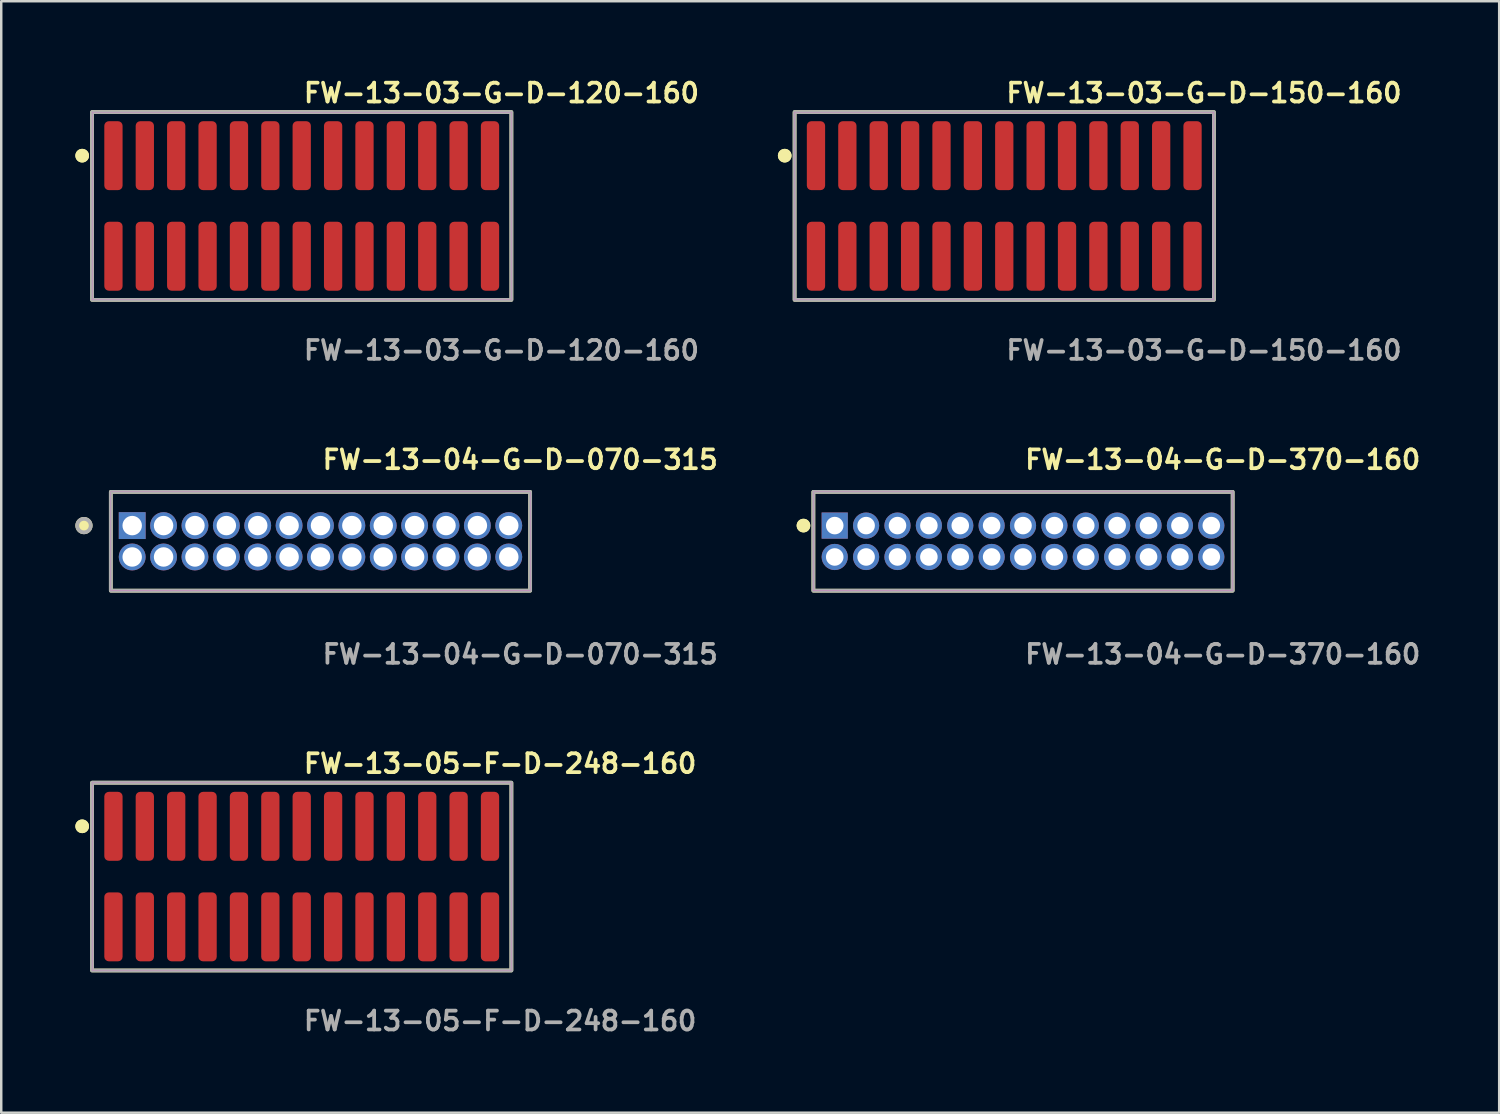
<source format=kicad_pcb>
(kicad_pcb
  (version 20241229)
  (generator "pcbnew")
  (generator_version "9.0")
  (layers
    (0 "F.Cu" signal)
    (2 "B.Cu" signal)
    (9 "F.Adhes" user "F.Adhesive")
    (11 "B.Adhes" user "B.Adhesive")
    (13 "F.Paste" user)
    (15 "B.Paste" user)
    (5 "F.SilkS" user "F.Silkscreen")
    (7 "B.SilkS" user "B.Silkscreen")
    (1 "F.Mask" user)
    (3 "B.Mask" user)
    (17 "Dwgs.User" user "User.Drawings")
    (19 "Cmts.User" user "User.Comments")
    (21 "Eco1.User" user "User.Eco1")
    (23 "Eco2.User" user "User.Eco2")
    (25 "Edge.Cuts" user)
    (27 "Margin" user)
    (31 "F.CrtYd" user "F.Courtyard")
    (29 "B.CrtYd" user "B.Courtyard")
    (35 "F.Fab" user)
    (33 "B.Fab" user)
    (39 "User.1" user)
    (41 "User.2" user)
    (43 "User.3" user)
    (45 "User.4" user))
  (footprint "FW-13-04-G-D-370-160"
    (layer "F.Cu")
    (at 38.352 18.856)
    (property "Reference" "FW-13-04-G-D-370-160" (at 0 -3.302 0) (unlocked yes) (layer "F.SilkS") (effects (font (size 0.762 0.762) (thickness 0.152)) (justify left)))
    (fp_rect (start -8.485 2) (end 8.485 -2) (stroke (width 0.152) (type solid)) (fill no) (layer "F.SilkS"))
    (fp_circle (center -8.885 -0.635) (end -9.085 -0.635) (stroke (width 0.152) (type solid)) (fill yes) (layer "F.SilkS"))
    (fp_circle (center -8.885 -0.635) (end -9.085 -0.635) (stroke (width 0.152) (type solid)) (fill yes) (layer "F.SilkS"))
    (fp_rect (start -8.485 2) (end 8.485 -2) (stroke (width 0.006) (type solid)) (fill no) (layer "F.CrtYd"))
    (fp_rect (start -8.485 2) (end 8.485 -2) (stroke (width 0.152) (type solid)) (fill no) (layer "F.Fab"))
    (fp_text user "${REFERENCE}" (at 0 4.572 0) (unlocked yes) (layer "F.Fab") (effects (font (size 0.762 0.762) (thickness 0.152)) (justify left)))
    (pad "1" thru_hole rect (at -7.62 -0.635) (size 1.06 1.06) (drill 0.71) (layers "*.Cu" "*.Mask"))
    (pad "2" thru_hole circle (at -7.62 0.635) (size 1.06 1.06) (drill 0.71) (layers "*.Cu" "*.Mask"))
    (pad "3" thru_hole circle (at -6.35 -0.635) (size 1.06 1.06) (drill 0.71) (layers "*.Cu" "*.Mask"))
    (pad "4" thru_hole circle (at -6.35 0.635) (size 1.06 1.06) (drill 0.71) (layers "*.Cu" "*.Mask"))
    (pad "5" thru_hole circle (at -5.08 -0.635) (size 1.06 1.06) (drill 0.71) (layers "*.Cu" "*.Mask"))
    (pad "6" thru_hole circle (at -5.08 0.635) (size 1.06 1.06) (drill 0.71) (layers "*.Cu" "*.Mask"))
    (pad "7" thru_hole circle (at -3.81 -0.635) (size 1.06 1.06) (drill 0.71) (layers "*.Cu" "*.Mask"))
    (pad "8" thru_hole circle (at -3.81 0.635) (size 1.06 1.06) (drill 0.71) (layers "*.Cu" "*.Mask"))
    (pad "9" thru_hole circle (at -2.54 -0.635) (size 1.06 1.06) (drill 0.71) (layers "*.Cu" "*.Mask"))
    (pad "10" thru_hole circle (at -2.54 0.635) (size 1.06 1.06) (drill 0.71) (layers "*.Cu" "*.Mask"))
    (pad "11" thru_hole circle (at -1.27 -0.635) (size 1.06 1.06) (drill 0.71) (layers "*.Cu" "*.Mask"))
    (pad "12" thru_hole circle (at -1.27 0.635) (size 1.06 1.06) (drill 0.71) (layers "*.Cu" "*.Mask"))
    (pad "13" thru_hole circle (at 0 -0.635) (size 1.06 1.06) (drill 0.71) (layers "*.Cu" "*.Mask"))
    (pad "14" thru_hole circle (at 0 0.635) (size 1.06 1.06) (drill 0.71) (layers "*.Cu" "*.Mask"))
    (pad "15" thru_hole circle (at 1.27 -0.635) (size 1.06 1.06) (drill 0.71) (layers "*.Cu" "*.Mask"))
    (pad "16" thru_hole circle (at 1.27 0.635) (size 1.06 1.06) (drill 0.71) (layers "*.Cu" "*.Mask"))
    (pad "17" thru_hole circle (at 2.54 -0.635) (size 1.06 1.06) (drill 0.71) (layers "*.Cu" "*.Mask"))
    (pad "18" thru_hole circle (at 2.54 0.635) (size 1.06 1.06) (drill 0.71) (layers "*.Cu" "*.Mask"))
    (pad "19" thru_hole circle (at 3.81 -0.635) (size 1.06 1.06) (drill 0.71) (layers "*.Cu" "*.Mask"))
    (pad "20" thru_hole circle (at 3.81 0.635) (size 1.06 1.06) (drill 0.71) (layers "*.Cu" "*.Mask"))
    (pad "21" thru_hole circle (at 5.08 -0.635) (size 1.06 1.06) (drill 0.71) (layers "*.Cu" "*.Mask"))
    (pad "22" thru_hole circle (at 5.08 0.635) (size 1.06 1.06) (drill 0.71) (layers "*.Cu" "*.Mask"))
    (pad "23" thru_hole circle (at 6.35 -0.635) (size 1.06 1.06) (drill 0.71) (layers "*.Cu" "*.Mask"))
    (pad "24" thru_hole circle (at 6.35 0.635) (size 1.06 1.06) (drill 0.71) (layers "*.Cu" "*.Mask"))
    (pad "25" thru_hole circle (at 7.62 -0.635) (size 1.06 1.06) (drill 0.71) (layers "*.Cu" "*.Mask"))
    (pad "26" thru_hole circle (at 7.62 0.635) (size 1.06 1.06) (drill 0.71) (layers "*.Cu" "*.Mask")))
  (footprint "FW-13-03-G-D-150-160"
    (layer "F.Cu")
    (at 37.593 5.285)
    (property "Reference" "FW-13-03-G-D-150-160" (at 0 -4.572 0) (unlocked yes) (layer "F.SilkS") (effects (font (size 0.762 0.762) (thickness 0.152)) (justify left)))
    (fp_rect (start -8.485 3.8) (end 8.485 -3.8) (stroke (width 0.152) (type solid)) (fill no) (layer "F.SilkS"))
    (fp_circle (center -8.885 -2.035) (end -9.085 -2.035) (stroke (width 0.152) (type solid)) (fill yes) (layer "F.SilkS"))
    (fp_circle (center -8.885 -2.035) (end -9.085 -2.035) (stroke (width 0.152) (type solid)) (fill yes) (layer "F.SilkS"))
    (fp_rect (start -8.485 3.8) (end 8.485 -3.8) (stroke (width 0.006) (type solid)) (fill no) (layer "F.CrtYd"))
    (fp_rect (start -8.485 3.8) (end 8.485 -3.8) (stroke (width 0.152) (type solid)) (fill no) (layer "F.Fab"))
    (fp_text user "${REFERENCE}" (at 0 5.842 0) (unlocked yes) (layer "F.Fab") (effects (font (size 0.762 0.762) (thickness 0.152)) (justify left)))
    (pad "1" smd roundrect (at -7.62 -2.035) (size 0.74 2.79) (layers "F.Cu" "F.Paste") (roundrect_rratio 0.25))
    (pad "2" smd roundrect (at -7.62 2.035) (size 0.74 2.79) (layers "F.Cu" "F.Paste") (roundrect_rratio 0.25))
    (pad "3" smd roundrect (at -6.35 -2.035) (size 0.74 2.79) (layers "F.Cu" "F.Paste") (roundrect_rratio 0.25))
    (pad "4" smd roundrect (at -6.35 2.035) (size 0.74 2.79) (layers "F.Cu" "F.Paste") (roundrect_rratio 0.25))
    (pad "5" smd roundrect (at -5.08 -2.035) (size 0.74 2.79) (layers "F.Cu" "F.Paste") (roundrect_rratio 0.25))
    (pad "6" smd roundrect (at -5.08 2.035) (size 0.74 2.79) (layers "F.Cu" "F.Paste") (roundrect_rratio 0.25))
    (pad "7" smd roundrect (at -3.81 -2.035) (size 0.74 2.79) (layers "F.Cu" "F.Paste") (roundrect_rratio 0.25))
    (pad "8" smd roundrect (at -3.81 2.035) (size 0.74 2.79) (layers "F.Cu" "F.Paste") (roundrect_rratio 0.25))
    (pad "9" smd roundrect (at -2.54 -2.035) (size 0.74 2.79) (layers "F.Cu" "F.Paste") (roundrect_rratio 0.25))
    (pad "10" smd roundrect (at -2.54 2.035) (size 0.74 2.79) (layers "F.Cu" "F.Paste") (roundrect_rratio 0.25))
    (pad "11" smd roundrect (at -1.27 -2.035) (size 0.74 2.79) (layers "F.Cu" "F.Paste") (roundrect_rratio 0.25))
    (pad "12" smd roundrect (at -1.27 2.035) (size 0.74 2.79) (layers "F.Cu" "F.Paste") (roundrect_rratio 0.25))
    (pad "13" smd roundrect (at 0 -2.035) (size 0.74 2.79) (layers "F.Cu" "F.Paste") (roundrect_rratio 0.25))
    (pad "14" smd roundrect (at 0 2.035) (size 0.74 2.79) (layers "F.Cu" "F.Paste") (roundrect_rratio 0.25))
    (pad "15" smd roundrect (at 1.27 -2.035) (size 0.74 2.79) (layers "F.Cu" "F.Paste") (roundrect_rratio 0.25))
    (pad "16" smd roundrect (at 1.27 2.035) (size 0.74 2.79) (layers "F.Cu" "F.Paste") (roundrect_rratio 0.25))
    (pad "17" smd roundrect (at 2.54 -2.035) (size 0.74 2.79) (layers "F.Cu" "F.Paste") (roundrect_rratio 0.25))
    (pad "18" smd roundrect (at 2.54 2.035) (size 0.74 2.79) (layers "F.Cu" "F.Paste") (roundrect_rratio 0.25))
    (pad "19" smd roundrect (at 3.81 -2.035) (size 0.74 2.79) (layers "F.Cu" "F.Paste") (roundrect_rratio 0.25))
    (pad "20" smd roundrect (at 3.81 2.035) (size 0.74 2.79) (layers "F.Cu" "F.Paste") (roundrect_rratio 0.25))
    (pad "21" smd roundrect (at 5.08 -2.035) (size 0.74 2.79) (layers "F.Cu" "F.Paste") (roundrect_rratio 0.25))
    (pad "22" smd roundrect (at 5.08 2.035) (size 0.74 2.79) (layers "F.Cu" "F.Paste") (roundrect_rratio 0.25))
    (pad "23" smd roundrect (at 6.35 -2.035) (size 0.74 2.79) (layers "F.Cu" "F.Paste") (roundrect_rratio 0.25))
    (pad "24" smd roundrect (at 6.35 2.035) (size 0.74 2.79) (layers "F.Cu" "F.Paste") (roundrect_rratio 0.25))
    (pad "25" smd roundrect (at 7.62 -2.035) (size 0.74 2.79) (layers "F.Cu" "F.Paste") (roundrect_rratio 0.25))
    (pad "26" smd roundrect (at 7.62 2.035) (size 0.74 2.79) (layers "F.Cu" "F.Paste") (roundrect_rratio 0.25)))
  (footprint "FW-13-04-G-D-070-315"
    (layer "F.Cu")
    (at 9.92 18.856)
    (property "Reference" "FW-13-04-G-D-070-315" (at 0 -3.302 0) (unlocked yes) (layer "F.SilkS") (effects (font (size 0.762 0.762) (thickness 0.152)) (justify left)))
    (fp_rect (start -8.485 2) (end 8.485 -2) (stroke (width 0.152) (type solid)) (fill no) (layer "F.SilkS"))
    (fp_circle (center -9.572 -0.635) (end -9.844 -0.635) (stroke (width 0.152) (type solid)) (fill yes) (layer "F.SilkS"))
    (fp_rect (start -8.485 2) (end 8.485 -2) (stroke (width 0.006) (type solid)) (fill no) (layer "F.CrtYd"))
    (fp_rect (start -8.485 2) (end 8.485 -2) (stroke (width 0.152) (type solid)) (fill no) (layer "F.Fab"))
    (fp_circle (center -9.572 -0.635) (end -9.844 -0.635) (stroke (width 0.152) (type solid)) (fill no) (layer "F.Fab"))
    (fp_text user "${REFERENCE}" (at 0 4.572 0) (unlocked yes) (layer "F.Fab") (effects (font (size 0.762 0.762) (thickness 0.152)) (justify left)))
    (pad "1" thru_hole rect (at -7.62 -0.635) (size 1.087 1.087) (drill 0.787) (layers "*.Cu" "*.Mask"))
    (pad "2" thru_hole circle (at -7.62 0.635) (size 1.087 1.087) (drill 0.787) (layers "*.Cu" "*.Mask"))
    (pad "3" thru_hole circle (at -6.35 -0.635) (size 1.087 1.087) (drill 0.787) (layers "*.Cu" "*.Mask"))
    (pad "4" thru_hole circle (at -6.35 0.635) (size 1.087 1.087) (drill 0.787) (layers "*.Cu" "*.Mask"))
    (pad "5" thru_hole circle (at -5.08 -0.635) (size 1.087 1.087) (drill 0.787) (layers "*.Cu" "*.Mask"))
    (pad "6" thru_hole circle (at -5.08 0.635) (size 1.087 1.087) (drill 0.787) (layers "*.Cu" "*.Mask"))
    (pad "7" thru_hole circle (at -3.81 -0.635) (size 1.087 1.087) (drill 0.787) (layers "*.Cu" "*.Mask"))
    (pad "8" thru_hole circle (at -3.81 0.635) (size 1.087 1.087) (drill 0.787) (layers "*.Cu" "*.Mask"))
    (pad "9" thru_hole circle (at -2.54 -0.635) (size 1.087 1.087) (drill 0.787) (layers "*.Cu" "*.Mask"))
    (pad "10" thru_hole circle (at -2.54 0.635) (size 1.087 1.087) (drill 0.787) (layers "*.Cu" "*.Mask"))
    (pad "11" thru_hole circle (at -1.27 -0.635) (size 1.087 1.087) (drill 0.787) (layers "*.Cu" "*.Mask"))
    (pad "12" thru_hole circle (at -1.27 0.635) (size 1.087 1.087) (drill 0.787) (layers "*.Cu" "*.Mask"))
    (pad "13" thru_hole circle (at 0 -0.635) (size 1.087 1.087) (drill 0.787) (layers "*.Cu" "*.Mask"))
    (pad "14" thru_hole circle (at 0 0.635) (size 1.087 1.087) (drill 0.787) (layers "*.Cu" "*.Mask"))
    (pad "15" thru_hole circle (at 1.27 -0.635) (size 1.087 1.087) (drill 0.787) (layers "*.Cu" "*.Mask"))
    (pad "16" thru_hole circle (at 1.27 0.635) (size 1.087 1.087) (drill 0.787) (layers "*.Cu" "*.Mask"))
    (pad "17" thru_hole circle (at 2.54 -0.635) (size 1.087 1.087) (drill 0.787) (layers "*.Cu" "*.Mask"))
    (pad "18" thru_hole circle (at 2.54 0.635) (size 1.087 1.087) (drill 0.787) (layers "*.Cu" "*.Mask"))
    (pad "19" thru_hole circle (at 3.81 -0.635) (size 1.087 1.087) (drill 0.787) (layers "*.Cu" "*.Mask"))
    (pad "20" thru_hole circle (at 3.81 0.635) (size 1.087 1.087) (drill 0.787) (layers "*.Cu" "*.Mask"))
    (pad "21" thru_hole circle (at 5.08 -0.635) (size 1.087 1.087) (drill 0.787) (layers "*.Cu" "*.Mask"))
    (pad "22" thru_hole circle (at 5.08 0.635) (size 1.087 1.087) (drill 0.787) (layers "*.Cu" "*.Mask"))
    (pad "23" thru_hole circle (at 6.35 -0.635) (size 1.087 1.087) (drill 0.787) (layers "*.Cu" "*.Mask"))
    (pad "24" thru_hole circle (at 6.35 0.635) (size 1.087 1.087) (drill 0.787) (layers "*.Cu" "*.Mask"))
    (pad "25" thru_hole circle (at 7.62 -0.635) (size 1.087 1.087) (drill 0.787) (layers "*.Cu" "*.Mask"))
    (pad "26" thru_hole circle (at 7.62 0.635) (size 1.087 1.087) (drill 0.787) (layers "*.Cu" "*.Mask")))
  (footprint "FW-13-03-G-D-120-160"
    (layer "F.Cu")
    (at 9.161 5.285)
    (property "Reference" "FW-13-03-G-D-120-160" (at 0 -4.572 0) (unlocked yes) (layer "F.SilkS") (effects (font (size 0.762 0.762) (thickness 0.152)) (justify left)))
    (fp_rect (start -8.485 3.8) (end 8.485 -3.8) (stroke (width 0.152) (type solid)) (fill no) (layer "F.SilkS"))
    (fp_circle (center -8.885 -2.035) (end -9.085 -2.035) (stroke (width 0.152) (type solid)) (fill yes) (layer "F.SilkS"))
    (fp_circle (center -8.885 -2.035) (end -9.085 -2.035) (stroke (width 0.152) (type solid)) (fill yes) (layer "F.SilkS"))
    (fp_rect (start -8.485 3.8) (end 8.485 -3.8) (stroke (width 0.006) (type solid)) (fill no) (layer "F.CrtYd"))
    (fp_rect (start -8.485 3.8) (end 8.485 -3.8) (stroke (width 0.152) (type solid)) (fill no) (layer "F.Fab"))
    (fp_text user "${REFERENCE}" (at 0 5.842 0) (unlocked yes) (layer "F.Fab") (effects (font (size 0.762 0.762) (thickness 0.152)) (justify left)))
    (pad "1" smd roundrect (at -7.62 -2.035) (size 0.74 2.79) (layers "F.Cu" "F.Paste") (roundrect_rratio 0.25))
    (pad "2" smd roundrect (at -7.62 2.035) (size 0.74 2.79) (layers "F.Cu" "F.Paste") (roundrect_rratio 0.25))
    (pad "3" smd roundrect (at -6.35 -2.035) (size 0.74 2.79) (layers "F.Cu" "F.Paste") (roundrect_rratio 0.25))
    (pad "4" smd roundrect (at -6.35 2.035) (size 0.74 2.79) (layers "F.Cu" "F.Paste") (roundrect_rratio 0.25))
    (pad "5" smd roundrect (at -5.08 -2.035) (size 0.74 2.79) (layers "F.Cu" "F.Paste") (roundrect_rratio 0.25))
    (pad "6" smd roundrect (at -5.08 2.035) (size 0.74 2.79) (layers "F.Cu" "F.Paste") (roundrect_rratio 0.25))
    (pad "7" smd roundrect (at -3.81 -2.035) (size 0.74 2.79) (layers "F.Cu" "F.Paste") (roundrect_rratio 0.25))
    (pad "8" smd roundrect (at -3.81 2.035) (size 0.74 2.79) (layers "F.Cu" "F.Paste") (roundrect_rratio 0.25))
    (pad "9" smd roundrect (at -2.54 -2.035) (size 0.74 2.79) (layers "F.Cu" "F.Paste") (roundrect_rratio 0.25))
    (pad "10" smd roundrect (at -2.54 2.035) (size 0.74 2.79) (layers "F.Cu" "F.Paste") (roundrect_rratio 0.25))
    (pad "11" smd roundrect (at -1.27 -2.035) (size 0.74 2.79) (layers "F.Cu" "F.Paste") (roundrect_rratio 0.25))
    (pad "12" smd roundrect (at -1.27 2.035) (size 0.74 2.79) (layers "F.Cu" "F.Paste") (roundrect_rratio 0.25))
    (pad "13" smd roundrect (at 0 -2.035) (size 0.74 2.79) (layers "F.Cu" "F.Paste") (roundrect_rratio 0.25))
    (pad "14" smd roundrect (at 0 2.035) (size 0.74 2.79) (layers "F.Cu" "F.Paste") (roundrect_rratio 0.25))
    (pad "15" smd roundrect (at 1.27 -2.035) (size 0.74 2.79) (layers "F.Cu" "F.Paste") (roundrect_rratio 0.25))
    (pad "16" smd roundrect (at 1.27 2.035) (size 0.74 2.79) (layers "F.Cu" "F.Paste") (roundrect_rratio 0.25))
    (pad "17" smd roundrect (at 2.54 -2.035) (size 0.74 2.79) (layers "F.Cu" "F.Paste") (roundrect_rratio 0.25))
    (pad "18" smd roundrect (at 2.54 2.035) (size 0.74 2.79) (layers "F.Cu" "F.Paste") (roundrect_rratio 0.25))
    (pad "19" smd roundrect (at 3.81 -2.035) (size 0.74 2.79) (layers "F.Cu" "F.Paste") (roundrect_rratio 0.25))
    (pad "20" smd roundrect (at 3.81 2.035) (size 0.74 2.79) (layers "F.Cu" "F.Paste") (roundrect_rratio 0.25))
    (pad "21" smd roundrect (at 5.08 -2.035) (size 0.74 2.79) (layers "F.Cu" "F.Paste") (roundrect_rratio 0.25))
    (pad "22" smd roundrect (at 5.08 2.035) (size 0.74 2.79) (layers "F.Cu" "F.Paste") (roundrect_rratio 0.25))
    (pad "23" smd roundrect (at 6.35 -2.035) (size 0.74 2.79) (layers "F.Cu" "F.Paste") (roundrect_rratio 0.25))
    (pad "24" smd roundrect (at 6.35 2.035) (size 0.74 2.79) (layers "F.Cu" "F.Paste") (roundrect_rratio 0.25))
    (pad "25" smd roundrect (at 7.62 -2.035) (size 0.74 2.79) (layers "F.Cu" "F.Paste") (roundrect_rratio 0.25))
    (pad "26" smd roundrect (at 7.62 2.035) (size 0.74 2.79) (layers "F.Cu" "F.Paste") (roundrect_rratio 0.25)))
  (footprint "FW-13-05-F-D-248-160"
    (layer "F.Cu")
    (at 9.161 32.426)
    (property "Reference" "FW-13-05-F-D-248-160" (at 0 -4.572 0) (unlocked yes) (layer "F.SilkS") (effects (font (size 0.762 0.762) (thickness 0.152)) (justify left)))
    (fp_rect (start -8.485 3.8) (end 8.485 -3.8) (stroke (width 0.152) (type solid)) (fill no) (layer "F.SilkS"))
    (fp_circle (center -8.885 -2.035) (end -9.085 -2.035) (stroke (width 0.152) (type solid)) (fill yes) (layer "F.SilkS"))
    (fp_circle (center -8.885 -2.035) (end -9.085 -2.035) (stroke (width 0.152) (type solid)) (fill yes) (layer "F.SilkS"))
    (fp_rect (start -8.485 3.8) (end 8.485 -3.8) (stroke (width 0.006) (type solid)) (fill no) (layer "F.CrtYd"))
    (fp_rect (start -8.485 3.8) (end 8.485 -3.8) (stroke (width 0.152) (type solid)) (fill no) (layer "F.Fab"))
    (fp_text user "${REFERENCE}" (at 0 5.842 0) (unlocked yes) (layer "F.Fab") (effects (font (size 0.762 0.762) (thickness 0.152)) (justify left)))
    (pad "1" smd roundrect (at -7.62 -2.035) (size 0.74 2.79) (layers "F.Cu" "F.Paste") (roundrect_rratio 0.25))
    (pad "2" smd roundrect (at -7.62 2.035) (size 0.74 2.79) (layers "F.Cu" "F.Paste") (roundrect_rratio 0.25))
    (pad "3" smd roundrect (at -6.35 -2.035) (size 0.74 2.79) (layers "F.Cu" "F.Paste") (roundrect_rratio 0.25))
    (pad "4" smd roundrect (at -6.35 2.035) (size 0.74 2.79) (layers "F.Cu" "F.Paste") (roundrect_rratio 0.25))
    (pad "5" smd roundrect (at -5.08 -2.035) (size 0.74 2.79) (layers "F.Cu" "F.Paste") (roundrect_rratio 0.25))
    (pad "6" smd roundrect (at -5.08 2.035) (size 0.74 2.79) (layers "F.Cu" "F.Paste") (roundrect_rratio 0.25))
    (pad "7" smd roundrect (at -3.81 -2.035) (size 0.74 2.79) (layers "F.Cu" "F.Paste") (roundrect_rratio 0.25))
    (pad "8" smd roundrect (at -3.81 2.035) (size 0.74 2.79) (layers "F.Cu" "F.Paste") (roundrect_rratio 0.25))
    (pad "9" smd roundrect (at -2.54 -2.035) (size 0.74 2.79) (layers "F.Cu" "F.Paste") (roundrect_rratio 0.25))
    (pad "10" smd roundrect (at -2.54 2.035) (size 0.74 2.79) (layers "F.Cu" "F.Paste") (roundrect_rratio 0.25))
    (pad "11" smd roundrect (at -1.27 -2.035) (size 0.74 2.79) (layers "F.Cu" "F.Paste") (roundrect_rratio 0.25))
    (pad "12" smd roundrect (at -1.27 2.035) (size 0.74 2.79) (layers "F.Cu" "F.Paste") (roundrect_rratio 0.25))
    (pad "13" smd roundrect (at 0 -2.035) (size 0.74 2.79) (layers "F.Cu" "F.Paste") (roundrect_rratio 0.25))
    (pad "14" smd roundrect (at 0 2.035) (size 0.74 2.79) (layers "F.Cu" "F.Paste") (roundrect_rratio 0.25))
    (pad "15" smd roundrect (at 1.27 -2.035) (size 0.74 2.79) (layers "F.Cu" "F.Paste") (roundrect_rratio 0.25))
    (pad "16" smd roundrect (at 1.27 2.035) (size 0.74 2.79) (layers "F.Cu" "F.Paste") (roundrect_rratio 0.25))
    (pad "17" smd roundrect (at 2.54 -2.035) (size 0.74 2.79) (layers "F.Cu" "F.Paste") (roundrect_rratio 0.25))
    (pad "18" smd roundrect (at 2.54 2.035) (size 0.74 2.79) (layers "F.Cu" "F.Paste") (roundrect_rratio 0.25))
    (pad "19" smd roundrect (at 3.81 -2.035) (size 0.74 2.79) (layers "F.Cu" "F.Paste") (roundrect_rratio 0.25))
    (pad "20" smd roundrect (at 3.81 2.035) (size 0.74 2.79) (layers "F.Cu" "F.Paste") (roundrect_rratio 0.25))
    (pad "21" smd roundrect (at 5.08 -2.035) (size 0.74 2.79) (layers "F.Cu" "F.Paste") (roundrect_rratio 0.25))
    (pad "22" smd roundrect (at 5.08 2.035) (size 0.74 2.79) (layers "F.Cu" "F.Paste") (roundrect_rratio 0.25))
    (pad "23" smd roundrect (at 6.35 -2.035) (size 0.74 2.79) (layers "F.Cu" "F.Paste") (roundrect_rratio 0.25))
    (pad "24" smd roundrect (at 6.35 2.035) (size 0.74 2.79) (layers "F.Cu" "F.Paste") (roundrect_rratio 0.25))
    (pad "25" smd roundrect (at 7.62 -2.035) (size 0.74 2.79) (layers "F.Cu" "F.Paste") (roundrect_rratio 0.25))
    (pad "26" smd roundrect (at 7.62 2.035) (size 0.74 2.79) (layers "F.Cu" "F.Paste") (roundrect_rratio 0.25)))
  (gr_rect
    (start -3 -3)
    (end 57.623 41.981)
    (stroke (width 0.1) (type default))
    (fill no)
    (layer "Edge.Cuts")))
</source>
